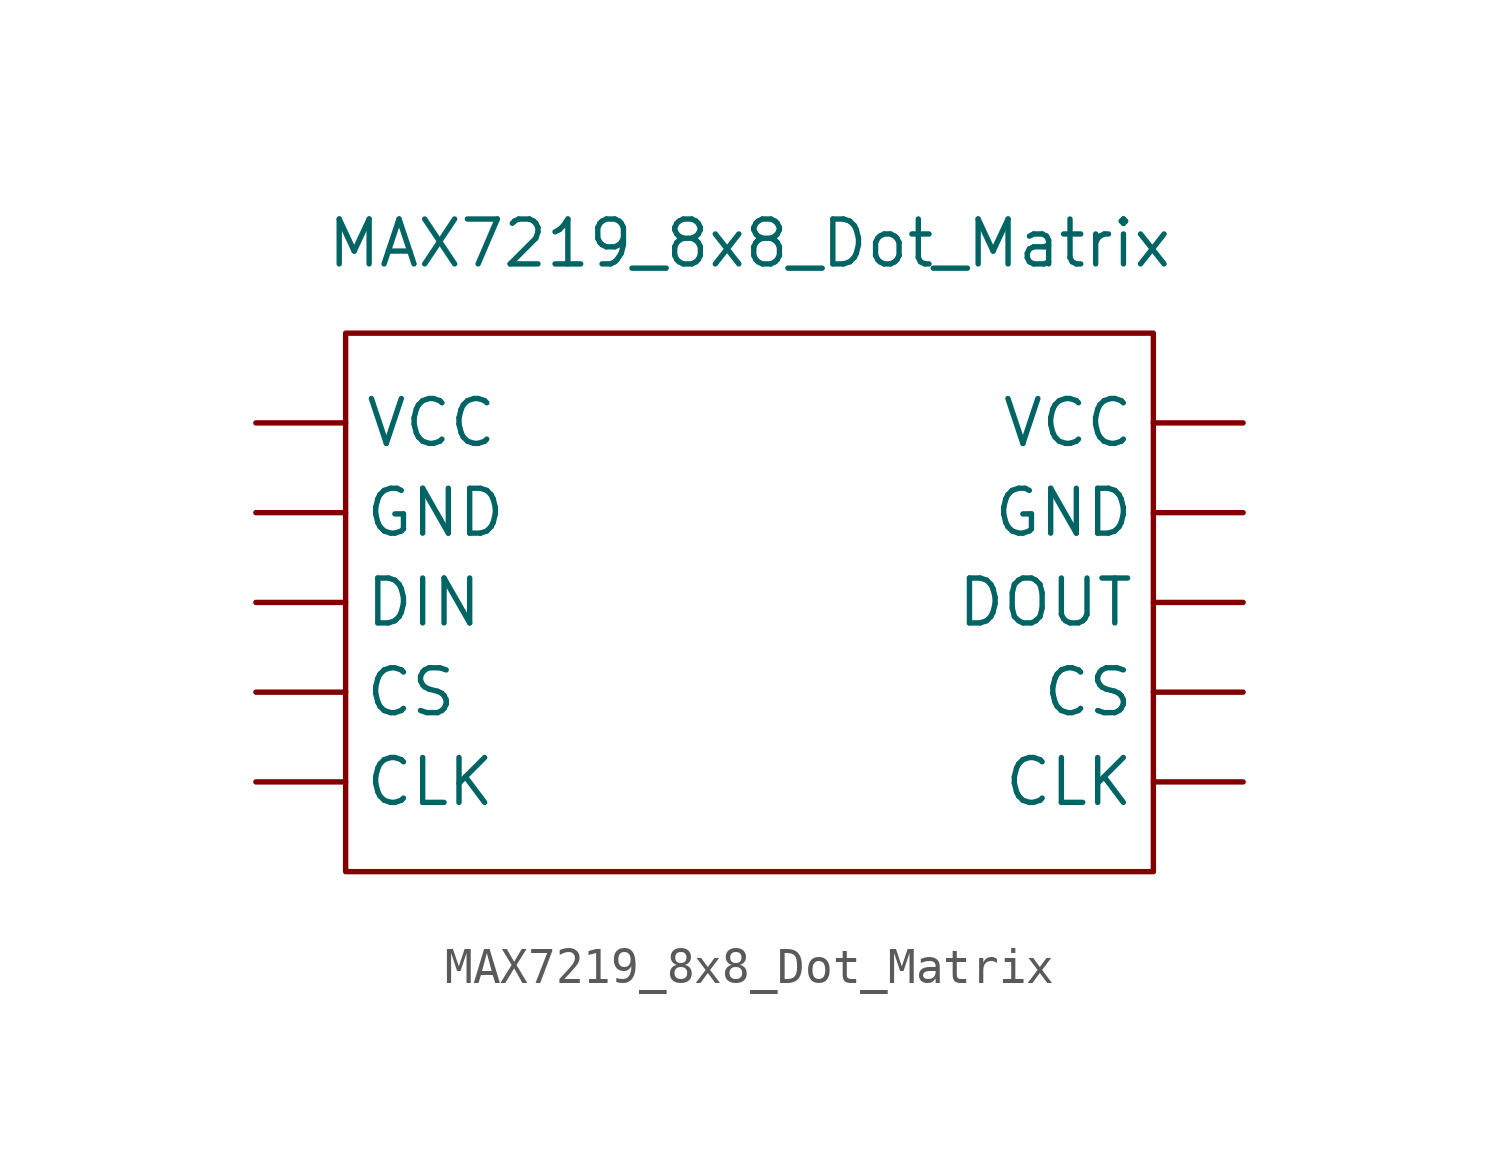
<source format=kicad_sym>
(kicad_symbol_lib
  (version 20211014)
  (generator kicad_symbol_editor)
  (symbol "MAX7219_8x8_Dot_Matrix"
    (property "Reference" "U"
      (at 0 -7.62 0)
      (effects (font (size 1.27 1.27)) hide))
    (property "Value" "MAX7219_8x8_Dot_Matrix"
      (at 0 1.27 0)
      (effects (font (size 1.27 1.27))))
    (symbol "MAX7219_8x8_Dot_Matrix_0_1"
      (rectangle (start -11.43 -1.27) (end 11.43 -16.51) (stroke (width 0) (type default) (color 0 0 0 0)) (fill (type none))))
    (symbol "MAX7219_8x8_Dot_Matrix_1_1"
      (pin input line (at -13.97 -13.97 0) (length 2.54) (name "CLK" (effects (font (size 1.27 1.27)))) (number "" (effects (font (size 1.27 1.27)))))
      (pin output line (at 13.97 -13.97 180) (length 2.54) (name "CLK" (effects (font (size 1.27 1.27)))) (number "" (effects (font (size 1.27 1.27)))))
      (pin input line (at -13.97 -11.43 0) (length 2.54) (name "CS" (effects (font (size 1.27 1.27)))) (number "" (effects (font (size 1.27 1.27)))))
      (pin output line (at 13.97 -11.43 180) (length 2.54) (name "CS" (effects (font (size 1.27 1.27)))) (number "" (effects (font (size 1.27 1.27)))))
      (pin input line (at -13.97 -8.89 0) (length 2.54) (name "DIN" (effects (font (size 1.27 1.27)))) (number "" (effects (font (size 1.27 1.27)))))
      (pin output line (at 13.97 -8.89 180) (length 2.54) (name "DOUT" (effects (font (size 1.27 1.27)))) (number "" (effects (font (size 1.27 1.27)))))
      (pin input line (at -13.97 -6.35 0) (length 2.54) (name "GND" (effects (font (size 1.27 1.27)))) (number "" (effects (font (size 1.27 1.27)))))
      (pin output line (at 13.97 -6.35 180) (length 2.54) (name "GND" (effects (font (size 1.27 1.27)))) (number "" (effects (font (size 1.27 1.27)))))
      (pin input line (at -13.97 -3.81 0) (length 2.54) (name "VCC" (effects (font (size 1.27 1.27)))) (number "" (effects (font (size 1.27 1.27)))))
      (pin output line (at 13.97 -3.81 180) (length 2.54) (name "VCC" (effects (font (size 1.27 1.27)))) (number "" (effects (font (size 1.27 1.27))))))))
</source>
